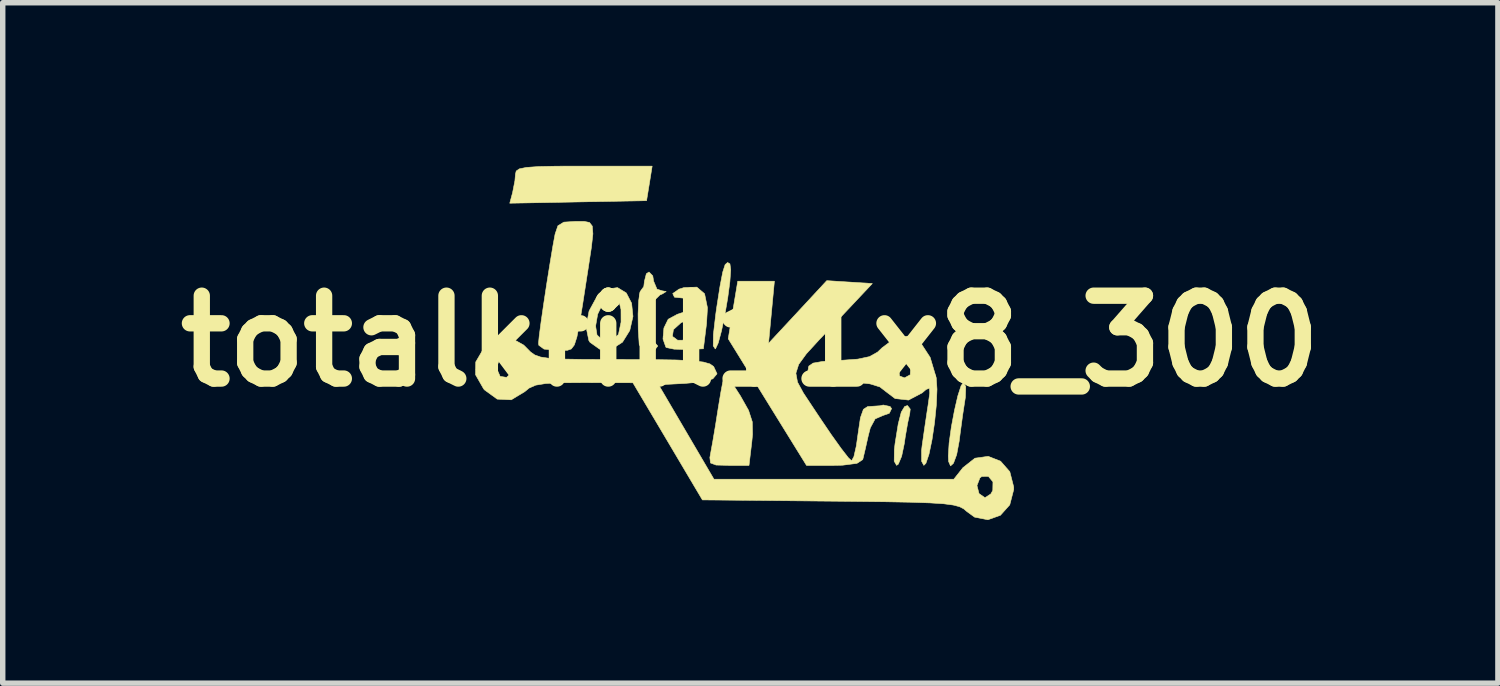
<source format=kicad_pcb>
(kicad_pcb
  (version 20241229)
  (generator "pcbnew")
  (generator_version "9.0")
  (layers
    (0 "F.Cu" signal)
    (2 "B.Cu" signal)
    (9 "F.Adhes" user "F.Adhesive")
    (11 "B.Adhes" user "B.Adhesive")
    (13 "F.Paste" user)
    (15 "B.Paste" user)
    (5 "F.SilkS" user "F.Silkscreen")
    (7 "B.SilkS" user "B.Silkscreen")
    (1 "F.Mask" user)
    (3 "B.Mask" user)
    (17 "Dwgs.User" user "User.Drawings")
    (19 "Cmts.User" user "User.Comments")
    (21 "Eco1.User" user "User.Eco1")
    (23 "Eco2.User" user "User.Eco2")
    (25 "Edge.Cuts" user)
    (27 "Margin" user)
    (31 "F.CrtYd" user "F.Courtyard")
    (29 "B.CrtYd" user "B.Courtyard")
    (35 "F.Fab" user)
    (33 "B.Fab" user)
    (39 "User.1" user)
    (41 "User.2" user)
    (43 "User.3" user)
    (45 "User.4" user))
  (footprint "totalkrill11x8_300"
    (layer "F.Cu")
    (at 10.748 3.222)
    (property "Reference" "totalkrill11x8_300" (at 0 0 0) (layer "F.SilkS") (effects (font (size 1.524 1.524) (thickness 0.3))))
    (attr through_hole)
    (fp_poly (pts (xy -1.856 -2.9) (xy -1.908 -2.582) (xy -4.424 -2.535) (xy -4.372 -2.728) (xy -4.329 -2.948) (xy -4.319 -3.069) (xy -4.305 -3.127) (xy -4.247 -3.167) (xy -4.119 -3.193) (xy -3.898 -3.209) (xy -3.557 -3.216) (xy -3.073 -3.217) (xy -1.805 -3.217) (xy -1.856 -2.9)) (stroke (width 0.01) (type solid)) (fill yes) (layer "F.SilkS"))
    (fp_poly (pts (xy 2.941 1.251) (xy 2.932 1.333) (xy 2.894 1.505) (xy 2.849 1.764) (xy 2.832 1.884) (xy 2.783 2.118) (xy 2.722 2.263) (xy 2.69 2.286) (xy 2.646 2.209) (xy 2.649 1.993) (xy 2.662 1.884) (xy 2.72 1.524) (xy 2.776 1.307) (xy 2.838 1.204) (xy 2.89 1.185) (xy 2.941 1.251)) (stroke (width 0.01) (type solid)) (fill yes) (layer "F.SilkS"))
    (fp_poly (pts (xy -0.375 -1.42) (xy -0.36 -1.313) (xy -0.376 -1.089) (xy -0.415 -0.796) (xy -0.469 -0.48) (xy -0.53 -0.187) (xy -0.59 0.035) (xy -0.64 0.142) (xy -0.645 0.144) (xy -0.682 0.088) (xy -0.679 -0.122) (xy -0.636 -0.49) (xy -0.62 -0.606) (xy -0.557 -1.01) (xy -0.507 -1.269) (xy -0.463 -1.406) (xy -0.418 -1.445) (xy -0.375 -1.42)) (stroke (width 0.01) (type solid)) (fill yes) (layer "F.SilkS"))
    (fp_poly (pts (xy 3.962 0.837) (xy 3.955 1.033) (xy 3.948 1.079) (xy 3.905 1.359) (xy 3.859 1.699) (xy 3.841 1.841) (xy 3.795 2.088) (xy 3.736 2.247) (xy 3.682 2.296) (xy 3.646 2.214) (xy 3.641 2.112) (xy 3.656 1.874) (xy 3.697 1.58) (xy 3.754 1.277) (xy 3.816 1.008) (xy 3.876 0.822) (xy 3.918 0.762) (xy 3.962 0.837)) (stroke (width 0.01) (type solid)) (fill yes) (layer "F.SilkS"))
    (fp_poly (pts (xy -0.416 0.662) (xy -0.302 0.822) (xy -0.183 1.007) (xy -0.032 1.275) (xy 0.036 1.485) (xy 0.041 1.716) (xy 0.027 1.858) (xy -0.024 2.286) (xy -0.4 2.286) (xy -0.63 2.28) (xy -0.732 2.242) (xy -0.744 2.143) (xy -0.728 2.053) (xy -0.691 1.85) (xy -0.64 1.548) (xy -0.59 1.23) (xy -0.541 0.935) (xy -0.499 0.714) (xy -0.472 0.613) (xy -0.471 0.612) (xy -0.416 0.662)) (stroke (width 0.01) (type solid)) (fill yes) (layer "F.SilkS"))
    (fp_poly (pts (xy -1.794 -1.199) (xy -1.778 -1.101) (xy -1.717 -0.956) (xy -1.63 -0.926) (xy -1.547 -0.911) (xy -1.617 -0.867) (xy -1.662 -0.848) (xy -1.798 -0.716) (xy -1.882 -0.496) (xy -1.901 -0.256) (xy -1.842 -0.067) (xy -1.81 -0.033) (xy -1.702 0.091) (xy -1.753 0.158) (xy -1.863 0.169) (xy -2.005 0.125) (xy -2.043 0.064) (xy -2.061 -0.213) (xy -2.064 -0.498) (xy -2.053 -0.744) (xy -2.03 -0.9) (xy -2.011 -0.931) (xy -1.959 -1.002) (xy -1.947 -1.101) (xy -1.912 -1.238) (xy -1.863 -1.27) (xy -1.794 -1.199)) (stroke (width 0.01) (type solid)) (fill yes) (layer "F.SilkS"))
    (fp_poly (pts (xy -3.058 -2.201) (xy -2.958 -2.181) (xy -2.906 -2.114) (xy -2.895 -1.972) (xy -2.922 -1.727) (xy -2.979 -1.352) (xy -3.005 -1.185) (xy -3.083 -0.68) (xy -3.142 -0.318) (xy -3.189 -0.075) (xy -3.236 0.071) (xy -3.292 0.145) (xy -3.367 0.171) (xy -3.469 0.171) (xy -3.56 0.169) (xy -3.793 0.148) (xy -3.889 0.078) (xy -3.895 0.041) (xy -3.882 -0.093) (xy -3.848 -0.351) (xy -3.799 -0.689) (xy -3.742 -1.065) (xy -3.683 -1.433) (xy -3.63 -1.752) (xy -3.59 -1.968) (xy -3.538 -2.121) (xy -3.429 -2.187) (xy -3.211 -2.201) (xy -3.058 -2.201)) (stroke (width 0.01) (type solid)) (fill yes) (layer "F.SilkS"))
    (fp_poly (pts (xy -2.281 -0.885) (xy -2.183 -0.696) (xy -2.158 -0.453) (xy -2.217 -0.194) (xy -2.351 0.021) (xy -2.552 0.149) (xy -2.771 0.149) (xy -2.947 0.024) (xy -2.97 -0.012) (xy -3.021 -0.264) (xy -3.018 -0.276) (xy -2.845 -0.276) (xy -2.819 -0.111) (xy -2.709 -0.014) (xy -2.551 -0.017) (xy -2.43 -0.116) (xy -2.422 -0.134) (xy -2.377 -0.349) (xy -2.378 -0.582) (xy -2.422 -0.76) (xy -2.459 -0.807) (xy -2.589 -0.808) (xy -2.714 -0.688) (xy -2.807 -0.495) (xy -2.845 -0.276) (xy -3.018 -0.276) (xy -2.965 -0.553) (xy -2.826 -0.809) (xy -2.652 -0.953) (xy -2.442 -0.983) (xy -2.281 -0.885)) (stroke (width 0.01) (type solid)) (fill yes) (layer "F.SilkS"))
    (fp_poly (pts (xy -0.841 -0.87) (xy -0.788 -0.611) (xy -0.805 -0.321) (xy -0.863 0.142) (xy -1.18 0.155) (xy -1.401 0.149) (xy -1.541 0.12) (xy -1.553 0.112) (xy -1.606 -0.038) (xy -1.602 -0.087) (xy -1.433 -0.087) (xy -1.337 -0.016) (xy -1.249 -0.015) (xy -1.078 -0.112) (xy -1.031 -0.233) (xy -1.029 -0.384) (xy -1.105 -0.412) (xy -1.276 -0.336) (xy -1.414 -0.211) (xy -1.433 -0.087) (xy -1.602 -0.087) (xy -1.589 -0.24) (xy -1.512 -0.398) (xy -1.502 -0.406) (xy -1.343 -0.492) (xy -1.16 -0.554) (xy -0.991 -0.635) (xy -0.972 -0.726) (xy -1.095 -0.785) (xy -1.216 -0.788) (xy -1.395 -0.807) (xy -1.427 -0.874) (xy -1.311 -0.955) (xy -1.221 -0.983) (xy -0.984 -0.992) (xy -0.841 -0.87)) (stroke (width 0.01) (type solid)) (fill yes) (layer "F.SilkS"))
    (fp_poly (pts (xy 2.244 -1.058) (xy 1.607 -0.381) (xy 1.268 -0.025) (xy 1.031 0.234) (xy 0.89 0.428) (xy 0.838 0.591) (xy 0.868 0.756) (xy 0.976 0.955) (xy 1.153 1.222) (xy 1.27 1.398) (xy 1.486 1.717) (xy 1.671 1.976) (xy 1.804 2.147) (xy 1.863 2.201) (xy 1.905 2.125) (xy 1.95 1.926) (xy 1.982 1.699) (xy 2.025 1.409) (xy 2.08 1.255) (xy 2.159 1.204) (xy 2.184 1.203) (xy 2.382 1.19) (xy 2.445 1.176) (xy 2.57 1.203) (xy 2.598 1.242) (xy 2.556 1.328) (xy 2.439 1.369) (xy 2.296 1.431) (xy 2.207 1.595) (xy 2.17 1.736) (xy 2.116 1.977) (xy 2.074 2.154) (xy 2.067 2.18) (xy 1.961 2.249) (xy 1.696 2.283) (xy 1.535 2.286) (xy 1.033 2.286) (xy 0.313 1.122) (xy -0.406 -0.042) (xy -0.319 -0.572) (xy -0.231 -1.101) (xy 0.106 -1.101) (xy 0.443 -1.101) (xy 0.389 -0.529) (xy 0.335 0.042) (xy 0.871 -0.534) (xy 1.406 -1.111) (xy 2.244 -1.058)) (stroke (width 0.01) (type solid)) (fill yes) (layer "F.SilkS"))
    (fp_poly (pts (xy 3.133 0.033) (xy 3.307 0.3) (xy 3.419 0.675) (xy 3.433 0.886) (xy 3.421 1.175) (xy 3.388 1.5) (xy 3.341 1.816) (xy 3.286 2.08) (xy 3.229 2.248) (xy 3.191 2.286) (xy 3.15 2.211) (xy 3.149 2.014) (xy 3.159 1.926) (xy 3.206 1.597) (xy 3.258 1.247) (xy 3.268 1.185) (xy 3.3 0.956) (xy 3.293 0.867) (xy 3.233 0.89) (xy 3.16 0.953) (xy 2.909 1.085) (xy 2.662 1.057) (xy 2.501 0.935) (xy 2.382 0.843) (xy 2.2 0.787) (xy 1.913 0.755) (xy 1.704 0.744) (xy 1.376 0.727) (xy 1.182 0.701) (xy 1.088 0.655) (xy 1.059 0.579) (xy 1.058 0.55) (xy 1.071 0.487) (xy 2.725 0.487) (xy 2.745 0.642) (xy 2.836 0.677) (xy 2.941 0.619) (xy 2.948 0.487) (xy 2.895 0.338) (xy 2.836 0.296) (xy 2.76 0.368) (xy 2.725 0.487) (xy 1.071 0.487) (xy 1.076 0.46) (xy 1.155 0.405) (xy 1.329 0.375) (xy 1.636 0.356) (xy 1.645 0.356) (xy 1.977 0.332) (xy 2.192 0.286) (xy 2.34 0.203) (xy 2.424 0.123) (xy 2.676 -0.065) (xy 2.917 -0.092) (xy 3.133 0.033)) (stroke (width 0.01) (type solid)) (fill yes) (layer "F.SilkS"))
    (fp_poly (pts (xy -4.167 0.074) (xy -4.114 0.127) (xy -4.041 0.201) (xy -3.963 0.256) (xy -3.855 0.294) (xy -3.691 0.318) (xy -3.445 0.331) (xy -3.092 0.337) (xy -2.607 0.339) (xy -2.35 0.339) (xy -1.782 0.341) (xy -1.36 0.348) (xy -1.061 0.363) (xy -0.863 0.386) (xy -0.743 0.42) (xy -0.677 0.467) (xy -0.674 0.469) (xy -0.612 0.602) (xy -0.69 0.695) (xy -0.918 0.753) (xy -1.203 0.779) (xy -1.687 0.804) (xy -0.669 2.54) (xy 3.743 2.54) (xy 3.91 2.328) (xy 4.131 2.154) (xy 4.375 2.12) (xy 4.602 2.209) (xy 4.772 2.403) (xy 4.844 2.685) (xy 4.844 2.73) (xy 4.771 3.012) (xy 4.599 3.204) (xy 4.369 3.286) (xy 4.124 3.238) (xy 3.981 3.134) (xy 3.922 3.084) (xy 3.845 3.045) (xy 3.729 3.015) (xy 3.555 2.992) (xy 3.302 2.976) (xy 2.95 2.964) (xy 2.48 2.955) (xy 1.872 2.948) (xy 1.466 2.944) (xy -0.881 2.921) (xy -1.038 2.657) (xy 4.168 2.657) (xy 4.206 2.805) (xy 4.311 2.878) (xy 4.318 2.879) (xy 4.423 2.811) (xy 4.459 2.746) (xy 4.462 2.589) (xy 4.378 2.488) (xy 4.257 2.49) (xy 4.222 2.517) (xy 4.168 2.657) (xy -1.038 2.657) (xy -1.52 1.844) (xy -2.159 0.767) (xy -3.069 0.764) (xy -3.483 0.767) (xy -3.764 0.781) (xy -3.947 0.811) (xy -4.067 0.864) (xy -4.149 0.931) (xy -4.396 1.08) (xy -4.654 1.068) (xy -4.887 0.899) (xy -4.905 0.878) (xy -5.053 0.619) (xy -5.052 0.522) (xy -4.657 0.522) (xy -4.601 0.649) (xy -4.483 0.668) (xy -4.379 0.568) (xy -4.374 0.557) (xy -4.384 0.427) (xy -4.469 0.319) (xy -4.574 0.293) (xy -4.601 0.311) (xy -4.649 0.435) (xy -4.657 0.522) (xy -5.052 0.522) (xy -5.049 0.384) (xy -4.905 0.138) (xy -4.675 -0.045) (xy -4.421 -0.067) (xy -4.167 0.074)) (stroke (width 0.01) (type solid)) (fill yes) (layer "F.SilkS")))
  (gr_rect
    (start -3 -3)
    (end 24.496 9.513)
    (stroke (width 0.1) (type default))
    (fill no)
    (layer "Edge.Cuts")))
</source>
